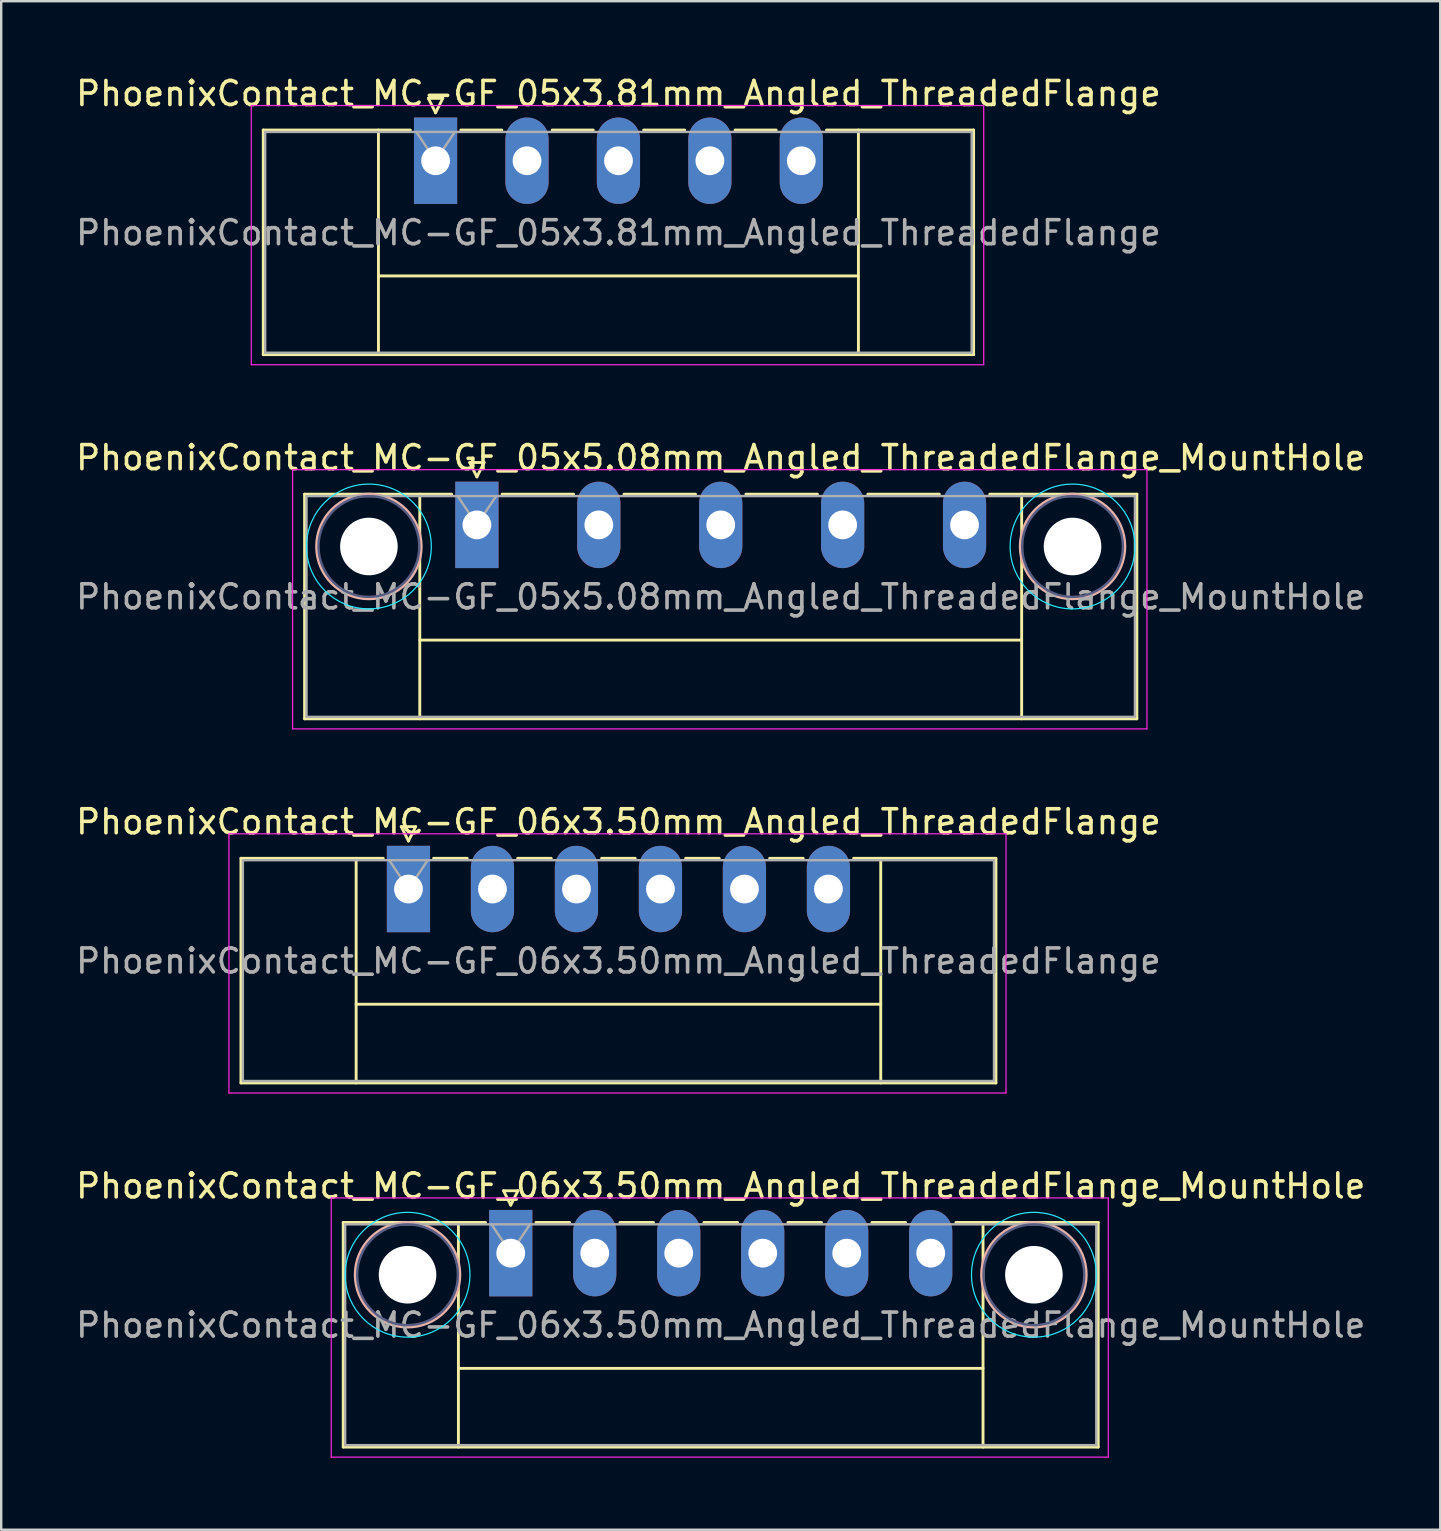
<source format=kicad_pcb>
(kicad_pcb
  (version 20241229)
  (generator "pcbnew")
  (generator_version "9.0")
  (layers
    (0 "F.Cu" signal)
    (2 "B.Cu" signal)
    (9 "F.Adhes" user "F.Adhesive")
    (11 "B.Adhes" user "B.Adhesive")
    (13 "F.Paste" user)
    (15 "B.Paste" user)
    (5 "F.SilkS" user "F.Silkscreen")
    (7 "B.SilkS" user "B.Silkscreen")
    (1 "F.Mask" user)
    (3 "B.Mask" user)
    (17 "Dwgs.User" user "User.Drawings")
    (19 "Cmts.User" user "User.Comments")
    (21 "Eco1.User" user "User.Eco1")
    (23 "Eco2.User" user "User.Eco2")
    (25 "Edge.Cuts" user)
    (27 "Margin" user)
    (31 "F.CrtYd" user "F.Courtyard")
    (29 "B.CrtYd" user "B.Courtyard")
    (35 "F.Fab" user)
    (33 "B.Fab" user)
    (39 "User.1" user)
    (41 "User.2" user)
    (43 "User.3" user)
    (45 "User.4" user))
  (footprint "PhoenixContact_MC-GF_05x5.08mm_Angled_ThreadedFlange_MountHole"
    (layer "F.Cu")
    (at 16.822 18.822)
    (property "Reference" "PhoenixContact_MC-GF_05x5.08mm_Angled_ThreadedFlange_MountHole" (at 10.16 -2.8 0) (layer "F.SilkS") (effects (font (size 1 1) (thickness 0.15))))
    (attr through_hole)
    (fp_line (start -7.18 -1.28) (end -7.18 8.08) (stroke (width 0.12) (type solid)) (layer "F.SilkS"))
    (fp_line (start -7.18 -1.28) (end -1.05 -1.28) (stroke (width 0.12) (type solid)) (layer "F.SilkS"))
    (fp_line (start -7.18 8.08) (end 27.5 8.08) (stroke (width 0.12) (type solid)) (layer "F.SilkS"))
    (fp_line (start -2.38 -1.28) (end -2.38 8.08) (stroke (width 0.12) (type solid)) (layer "F.SilkS"))
    (fp_line (start -2.38 4.8) (end 22.7 4.8) (stroke (width 0.12) (type solid)) (layer "F.SilkS"))
    (fp_line (start -0.3 -2.6) (end 0.3 -2.6) (stroke (width 0.12) (type solid)) (layer "F.SilkS"))
    (fp_line (start 0 -2) (end -0.3 -2.6) (stroke (width 0.12) (type solid)) (layer "F.SilkS"))
    (fp_line (start 0.3 -2.6) (end 0 -2) (stroke (width 0.12) (type solid)) (layer "F.SilkS"))
    (fp_line (start 1.05 -1.28) (end 4.03 -1.28) (stroke (width 0.12) (type solid)) (layer "F.SilkS"))
    (fp_line (start 6.13 -1.28) (end 9.11 -1.28) (stroke (width 0.12) (type solid)) (layer "F.SilkS"))
    (fp_line (start 11.21 -1.28) (end 14.19 -1.28) (stroke (width 0.12) (type solid)) (layer "F.SilkS"))
    (fp_line (start 16.29 -1.28) (end 19.27 -1.28) (stroke (width 0.12) (type solid)) (layer "F.SilkS"))
    (fp_line (start 22.7 -1.28) (end 22.7 8.08) (stroke (width 0.12) (type solid)) (layer "F.SilkS"))
    (fp_line (start 27.5 -1.28) (end 21.37 -1.28) (stroke (width 0.12) (type solid)) (layer "F.SilkS"))
    (fp_line (start 27.5 8.08) (end 27.5 -1.28) (stroke (width 0.12) (type solid)) (layer "F.SilkS"))
    (fp_circle (center -4.5 0.9) (end -2.32 0.9) (stroke (width 0.12) (type solid)) (fill no) (layer "B.SilkS"))
    (fp_circle (center 24.82 0.9) (end 27 0.9) (stroke (width 0.12) (type solid)) (fill no) (layer "B.SilkS"))
    (fp_circle (center -4.5 0.9) (end -1.9 0.9) (stroke (width 0.05) (type solid)) (fill no) (layer "B.CrtYd"))
    (fp_circle (center 24.82 0.9) (end 27.42 0.9) (stroke (width 0.05) (type solid)) (fill no) (layer "B.CrtYd"))
    (fp_line (start -7.68 -2.3) (end -7.68 8.5) (stroke (width 0.05) (type solid)) (layer "F.CrtYd"))
    (fp_line (start -7.68 8.5) (end 27.92 8.5) (stroke (width 0.05) (type solid)) (layer "F.CrtYd"))
    (fp_line (start 27.92 -2.3) (end -7.68 -2.3) (stroke (width 0.05) (type solid)) (layer "F.CrtYd"))
    (fp_line (start 27.92 8.5) (end 27.92 -2.3) (stroke (width 0.05) (type solid)) (layer "F.CrtYd"))
    (fp_circle (center -4.5 0.9) (end -2.4 0.9) (stroke (width 0.1) (type solid)) (fill no) (layer "B.Fab"))
    (fp_circle (center 24.82 0.9) (end 26.92 0.9) (stroke (width 0.1) (type solid)) (fill no) (layer "B.Fab"))
    (fp_line (start -7.1 -1.2) (end -7.1 8) (stroke (width 0.1) (type solid)) (layer "F.Fab"))
    (fp_line (start -7.1 8) (end 27.42 8) (stroke (width 0.1) (type solid)) (layer "F.Fab"))
    (fp_line (start 0 0) (end -0.8 -1.2) (stroke (width 0.1) (type solid)) (layer "F.Fab"))
    (fp_line (start 0.8 -1.2) (end 0 0) (stroke (width 0.1) (type solid)) (layer "F.Fab"))
    (fp_line (start 27.42 -1.2) (end -7.1 -1.2) (stroke (width 0.1) (type solid)) (layer "F.Fab"))
    (fp_line (start 27.42 8) (end 27.42 -1.2) (stroke (width 0.1) (type solid)) (layer "F.Fab"))
    (fp_text user "${REFERENCE}" (at 10.16 3 0) (layer "F.Fab") (effects (font (size 1 1) (thickness 0.15))))
    (pad "" np_thru_hole circle (at -4.5 0.9) (size 2.4 2.4) (drill 2.4) (layers "*.Cu" "*.Mask"))
    (pad "" np_thru_hole circle (at 24.82 0.9) (size 2.4 2.4) (drill 2.4) (layers "*.Cu" "*.Mask"))
    (pad "1" thru_hole rect (at 0 0) (size 1.8 3.6) (drill 1.2) (layers "*.Cu" "*.Mask"))
    (pad "2" thru_hole oval (at 5.08 0) (size 1.8 3.6) (drill 1.2) (layers "*.Cu" "*.Mask"))
    (pad "3" thru_hole oval (at 10.16 0) (size 1.8 3.6) (drill 1.2) (layers "*.Cu" "*.Mask"))
    (pad "4" thru_hole oval (at 15.24 0) (size 1.8 3.6) (drill 1.2) (layers "*.Cu" "*.Mask"))
    (pad "5" thru_hole oval (at 20.32 0) (size 1.8 3.6) (drill 1.2) (layers "*.Cu" "*.Mask")))
  (footprint "PhoenixContact_MC-GF_05x3.81mm_Angled_ThreadedFlange"
    (layer "F.Cu")
    (at 15.1 3.648)
    (property "Reference" "PhoenixContact_MC-GF_05x3.81mm_Angled_ThreadedFlange" (at 7.62 -2.8 0) (layer "F.SilkS") (effects (font (size 1 1) (thickness 0.15))))
    (attr through_hole)
    (fp_line (start -7.18 -1.28) (end -7.18 8.08) (stroke (width 0.12) (type solid)) (layer "F.SilkS"))
    (fp_line (start -7.18 -1.28) (end -1.05 -1.28) (stroke (width 0.12) (type solid)) (layer "F.SilkS"))
    (fp_line (start -7.18 8.08) (end 22.42 8.08) (stroke (width 0.12) (type solid)) (layer "F.SilkS"))
    (fp_line (start -2.38 -1.28) (end -2.38 8.08) (stroke (width 0.12) (type solid)) (layer "F.SilkS"))
    (fp_line (start -2.38 4.8) (end 17.62 4.8) (stroke (width 0.12) (type solid)) (layer "F.SilkS"))
    (fp_line (start -0.3 -2.6) (end 0.3 -2.6) (stroke (width 0.12) (type solid)) (layer "F.SilkS"))
    (fp_line (start 0 -2) (end -0.3 -2.6) (stroke (width 0.12) (type solid)) (layer "F.SilkS"))
    (fp_line (start 0.3 -2.6) (end 0 -2) (stroke (width 0.12) (type solid)) (layer "F.SilkS"))
    (fp_line (start 1.05 -1.28) (end 2.76 -1.28) (stroke (width 0.12) (type solid)) (layer "F.SilkS"))
    (fp_line (start 4.86 -1.28) (end 6.57 -1.28) (stroke (width 0.12) (type solid)) (layer "F.SilkS"))
    (fp_line (start 8.67 -1.28) (end 10.38 -1.28) (stroke (width 0.12) (type solid)) (layer "F.SilkS"))
    (fp_line (start 12.48 -1.28) (end 14.19 -1.28) (stroke (width 0.12) (type solid)) (layer "F.SilkS"))
    (fp_line (start 17.62 -1.28) (end 17.62 8.08) (stroke (width 0.12) (type solid)) (layer "F.SilkS"))
    (fp_line (start 22.42 -1.28) (end 16.29 -1.28) (stroke (width 0.12) (type solid)) (layer "F.SilkS"))
    (fp_line (start 22.42 8.08) (end 22.42 -1.28) (stroke (width 0.12) (type solid)) (layer "F.SilkS"))
    (fp_line (start -7.68 -2.3) (end -7.68 8.5) (stroke (width 0.05) (type solid)) (layer "F.CrtYd"))
    (fp_line (start -7.68 8.5) (end 22.84 8.5) (stroke (width 0.05) (type solid)) (layer "F.CrtYd"))
    (fp_line (start 22.84 -2.3) (end -7.68 -2.3) (stroke (width 0.05) (type solid)) (layer "F.CrtYd"))
    (fp_line (start 22.84 8.5) (end 22.84 -2.3) (stroke (width 0.05) (type solid)) (layer "F.CrtYd"))
    (fp_line (start -7.1 -1.2) (end -7.1 8) (stroke (width 0.1) (type solid)) (layer "F.Fab"))
    (fp_line (start -7.1 8) (end 22.34 8) (stroke (width 0.1) (type solid)) (layer "F.Fab"))
    (fp_line (start 0 0) (end -0.8 -1.2) (stroke (width 0.1) (type solid)) (layer "F.Fab"))
    (fp_line (start 0.8 -1.2) (end 0 0) (stroke (width 0.1) (type solid)) (layer "F.Fab"))
    (fp_line (start 22.34 -1.2) (end -7.1 -1.2) (stroke (width 0.1) (type solid)) (layer "F.Fab"))
    (fp_line (start 22.34 8) (end 22.34 -1.2) (stroke (width 0.1) (type solid)) (layer "F.Fab"))
    (fp_text user "${REFERENCE}" (at 7.62 3 0) (layer "F.Fab") (effects (font (size 1 1) (thickness 0.15))))
    (pad "1" thru_hole rect (at 0 0) (size 1.8 3.6) (drill 1.2) (layers "*.Cu" "*.Mask"))
    (pad "2" thru_hole oval (at 3.81 0) (size 1.8 3.6) (drill 1.2) (layers "*.Cu" "*.Mask"))
    (pad "3" thru_hole oval (at 7.62 0) (size 1.8 3.6) (drill 1.2) (layers "*.Cu" "*.Mask"))
    (pad "4" thru_hole oval (at 11.43 0) (size 1.8 3.6) (drill 1.2) (layers "*.Cu" "*.Mask"))
    (pad "5" thru_hole oval (at 15.24 0) (size 1.8 3.6) (drill 1.2) (layers "*.Cu" "*.Mask")))
  (footprint "PhoenixContact_MC-GF_06x3.50mm_Angled_ThreadedFlange_MountHole"
    (layer "F.Cu")
    (at 18.232 49.168)
    (property "Reference" "PhoenixContact_MC-GF_06x3.50mm_Angled_ThreadedFlange_MountHole" (at 8.75 -2.8 0) (layer "F.SilkS") (effects (font (size 1 1) (thickness 0.15))))
    (attr through_hole)
    (fp_line (start -6.98 -1.28) (end -6.98 8.08) (stroke (width 0.12) (type solid)) (layer "F.SilkS"))
    (fp_line (start -6.98 -1.28) (end -1.05 -1.28) (stroke (width 0.12) (type solid)) (layer "F.SilkS"))
    (fp_line (start -6.98 8.08) (end 24.48 8.08) (stroke (width 0.12) (type solid)) (layer "F.SilkS"))
    (fp_line (start -2.18 -1.28) (end -2.18 8.08) (stroke (width 0.12) (type solid)) (layer "F.SilkS"))
    (fp_line (start -2.18 4.8) (end 19.68 4.8) (stroke (width 0.12) (type solid)) (layer "F.SilkS"))
    (fp_line (start -0.3 -2.6) (end 0.3 -2.6) (stroke (width 0.12) (type solid)) (layer "F.SilkS"))
    (fp_line (start 0 -2) (end -0.3 -2.6) (stroke (width 0.12) (type solid)) (layer "F.SilkS"))
    (fp_line (start 0.3 -2.6) (end 0 -2) (stroke (width 0.12) (type solid)) (layer "F.SilkS"))
    (fp_line (start 1.05 -1.28) (end 2.45 -1.28) (stroke (width 0.12) (type solid)) (layer "F.SilkS"))
    (fp_line (start 4.55 -1.28) (end 5.95 -1.28) (stroke (width 0.12) (type solid)) (layer "F.SilkS"))
    (fp_line (start 8.05 -1.28) (end 9.45 -1.28) (stroke (width 0.12) (type solid)) (layer "F.SilkS"))
    (fp_line (start 11.55 -1.28) (end 12.95 -1.28) (stroke (width 0.12) (type solid)) (layer "F.SilkS"))
    (fp_line (start 15.05 -1.28) (end 16.45 -1.28) (stroke (width 0.12) (type solid)) (layer "F.SilkS"))
    (fp_line (start 19.68 -1.28) (end 19.68 8.08) (stroke (width 0.12) (type solid)) (layer "F.SilkS"))
    (fp_line (start 24.48 -1.28) (end 18.55 -1.28) (stroke (width 0.12) (type solid)) (layer "F.SilkS"))
    (fp_line (start 24.48 8.08) (end 24.48 -1.28) (stroke (width 0.12) (type solid)) (layer "F.SilkS"))
    (fp_circle (center -4.3 0.9) (end -2.12 0.9) (stroke (width 0.12) (type solid)) (fill no) (layer "B.SilkS"))
    (fp_circle (center 21.8 0.9) (end 23.98 0.9) (stroke (width 0.12) (type solid)) (fill no) (layer "B.SilkS"))
    (fp_circle (center -4.3 0.9) (end -1.7 0.9) (stroke (width 0.05) (type solid)) (fill no) (layer "B.CrtYd"))
    (fp_circle (center 21.8 0.9) (end 24.4 0.9) (stroke (width 0.05) (type solid)) (fill no) (layer "B.CrtYd"))
    (fp_line (start -7.48 -2.3) (end -7.48 8.5) (stroke (width 0.05) (type solid)) (layer "F.CrtYd"))
    (fp_line (start -7.48 8.5) (end 24.9 8.5) (stroke (width 0.05) (type solid)) (layer "F.CrtYd"))
    (fp_line (start 24.9 -2.3) (end -7.48 -2.3) (stroke (width 0.05) (type solid)) (layer "F.CrtYd"))
    (fp_line (start 24.9 8.5) (end 24.9 -2.3) (stroke (width 0.05) (type solid)) (layer "F.CrtYd"))
    (fp_circle (center -4.3 0.9) (end -2.2 0.9) (stroke (width 0.1) (type solid)) (fill no) (layer "B.Fab"))
    (fp_circle (center 21.8 0.9) (end 23.9 0.9) (stroke (width 0.1) (type solid)) (fill no) (layer "B.Fab"))
    (fp_line (start -6.9 -1.2) (end -6.9 8) (stroke (width 0.1) (type solid)) (layer "F.Fab"))
    (fp_line (start -6.9 8) (end 24.4 8) (stroke (width 0.1) (type solid)) (layer "F.Fab"))
    (fp_line (start 0 0) (end -0.8 -1.2) (stroke (width 0.1) (type solid)) (layer "F.Fab"))
    (fp_line (start 0.8 -1.2) (end 0 0) (stroke (width 0.1) (type solid)) (layer "F.Fab"))
    (fp_line (start 24.4 -1.2) (end -6.9 -1.2) (stroke (width 0.1) (type solid)) (layer "F.Fab"))
    (fp_line (start 24.4 8) (end 24.4 -1.2) (stroke (width 0.1) (type solid)) (layer "F.Fab"))
    (fp_text user "${REFERENCE}" (at 8.75 3 0) (layer "F.Fab") (effects (font (size 1 1) (thickness 0.15))))
    (pad "" np_thru_hole circle (at -4.3 0.9) (size 2.4 2.4) (drill 2.4) (layers "*.Cu" "*.Mask"))
    (pad "" np_thru_hole circle (at 21.8 0.9) (size 2.4 2.4) (drill 2.4) (layers "*.Cu" "*.Mask"))
    (pad "1" thru_hole rect (at 0 0) (size 1.8 3.6) (drill 1.2) (layers "*.Cu" "*.Mask"))
    (pad "2" thru_hole oval (at 3.5 0) (size 1.8 3.6) (drill 1.2) (layers "*.Cu" "*.Mask"))
    (pad "3" thru_hole oval (at 7 0) (size 1.8 3.6) (drill 1.2) (layers "*.Cu" "*.Mask"))
    (pad "4" thru_hole oval (at 10.5 0) (size 1.8 3.6) (drill 1.2) (layers "*.Cu" "*.Mask"))
    (pad "5" thru_hole oval (at 14 0) (size 1.8 3.6) (drill 1.2) (layers "*.Cu" "*.Mask"))
    (pad "6" thru_hole oval (at 17.5 0) (size 1.8 3.6) (drill 1.2) (layers "*.Cu" "*.Mask")))
  (footprint "PhoenixContact_MC-GF_06x3.50mm_Angled_ThreadedFlange"
    (layer "F.Cu")
    (at 13.97 33.995)
    (property "Reference" "PhoenixContact_MC-GF_06x3.50mm_Angled_ThreadedFlange" (at 8.75 -2.8 0) (layer "F.SilkS") (effects (font (size 1 1) (thickness 0.15))))
    (attr through_hole)
    (fp_line (start -6.98 -1.28) (end -6.98 8.08) (stroke (width 0.12) (type solid)) (layer "F.SilkS"))
    (fp_line (start -6.98 -1.28) (end -1.05 -1.28) (stroke (width 0.12) (type solid)) (layer "F.SilkS"))
    (fp_line (start -6.98 8.08) (end 24.48 8.08) (stroke (width 0.12) (type solid)) (layer "F.SilkS"))
    (fp_line (start -2.18 -1.28) (end -2.18 8.08) (stroke (width 0.12) (type solid)) (layer "F.SilkS"))
    (fp_line (start -2.18 4.8) (end 19.68 4.8) (stroke (width 0.12) (type solid)) (layer "F.SilkS"))
    (fp_line (start -0.3 -2.6) (end 0.3 -2.6) (stroke (width 0.12) (type solid)) (layer "F.SilkS"))
    (fp_line (start 0 -2) (end -0.3 -2.6) (stroke (width 0.12) (type solid)) (layer "F.SilkS"))
    (fp_line (start 0.3 -2.6) (end 0 -2) (stroke (width 0.12) (type solid)) (layer "F.SilkS"))
    (fp_line (start 1.05 -1.28) (end 2.45 -1.28) (stroke (width 0.12) (type solid)) (layer "F.SilkS"))
    (fp_line (start 4.55 -1.28) (end 5.95 -1.28) (stroke (width 0.12) (type solid)) (layer "F.SilkS"))
    (fp_line (start 8.05 -1.28) (end 9.45 -1.28) (stroke (width 0.12) (type solid)) (layer "F.SilkS"))
    (fp_line (start 11.55 -1.28) (end 12.95 -1.28) (stroke (width 0.12) (type solid)) (layer "F.SilkS"))
    (fp_line (start 15.05 -1.28) (end 16.45 -1.28) (stroke (width 0.12) (type solid)) (layer "F.SilkS"))
    (fp_line (start 19.68 -1.28) (end 19.68 8.08) (stroke (width 0.12) (type solid)) (layer "F.SilkS"))
    (fp_line (start 24.48 -1.28) (end 18.55 -1.28) (stroke (width 0.12) (type solid)) (layer "F.SilkS"))
    (fp_line (start 24.48 8.08) (end 24.48 -1.28) (stroke (width 0.12) (type solid)) (layer "F.SilkS"))
    (fp_line (start -7.48 -2.3) (end -7.48 8.5) (stroke (width 0.05) (type solid)) (layer "F.CrtYd"))
    (fp_line (start -7.48 8.5) (end 24.9 8.5) (stroke (width 0.05) (type solid)) (layer "F.CrtYd"))
    (fp_line (start 24.9 -2.3) (end -7.48 -2.3) (stroke (width 0.05) (type solid)) (layer "F.CrtYd"))
    (fp_line (start 24.9 8.5) (end 24.9 -2.3) (stroke (width 0.05) (type solid)) (layer "F.CrtYd"))
    (fp_line (start -6.9 -1.2) (end -6.9 8) (stroke (width 0.1) (type solid)) (layer "F.Fab"))
    (fp_line (start -6.9 8) (end 24.4 8) (stroke (width 0.1) (type solid)) (layer "F.Fab"))
    (fp_line (start 0 0) (end -0.8 -1.2) (stroke (width 0.1) (type solid)) (layer "F.Fab"))
    (fp_line (start 0.8 -1.2) (end 0 0) (stroke (width 0.1) (type solid)) (layer "F.Fab"))
    (fp_line (start 24.4 -1.2) (end -6.9 -1.2) (stroke (width 0.1) (type solid)) (layer "F.Fab"))
    (fp_line (start 24.4 8) (end 24.4 -1.2) (stroke (width 0.1) (type solid)) (layer "F.Fab"))
    (fp_text user "${REFERENCE}" (at 8.75 3 0) (layer "F.Fab") (effects (font (size 1 1) (thickness 0.15))))
    (pad "1" thru_hole rect (at 0 0) (size 1.8 3.6) (drill 1.2) (layers "*.Cu" "*.Mask"))
    (pad "2" thru_hole oval (at 3.5 0) (size 1.8 3.6) (drill 1.2) (layers "*.Cu" "*.Mask"))
    (pad "3" thru_hole oval (at 7 0) (size 1.8 3.6) (drill 1.2) (layers "*.Cu" "*.Mask"))
    (pad "4" thru_hole oval (at 10.5 0) (size 1.8 3.6) (drill 1.2) (layers "*.Cu" "*.Mask"))
    (pad "5" thru_hole oval (at 14 0) (size 1.8 3.6) (drill 1.2) (layers "*.Cu" "*.Mask"))
    (pad "6" thru_hole oval (at 17.5 0) (size 1.8 3.6) (drill 1.2) (layers "*.Cu" "*.Mask")))
  (gr_rect
    (start -3 -3)
    (end 56.964 60.693)
    (stroke (width 0.1) (type default))
    (fill no)
    (layer "Edge.Cuts")))
</source>
